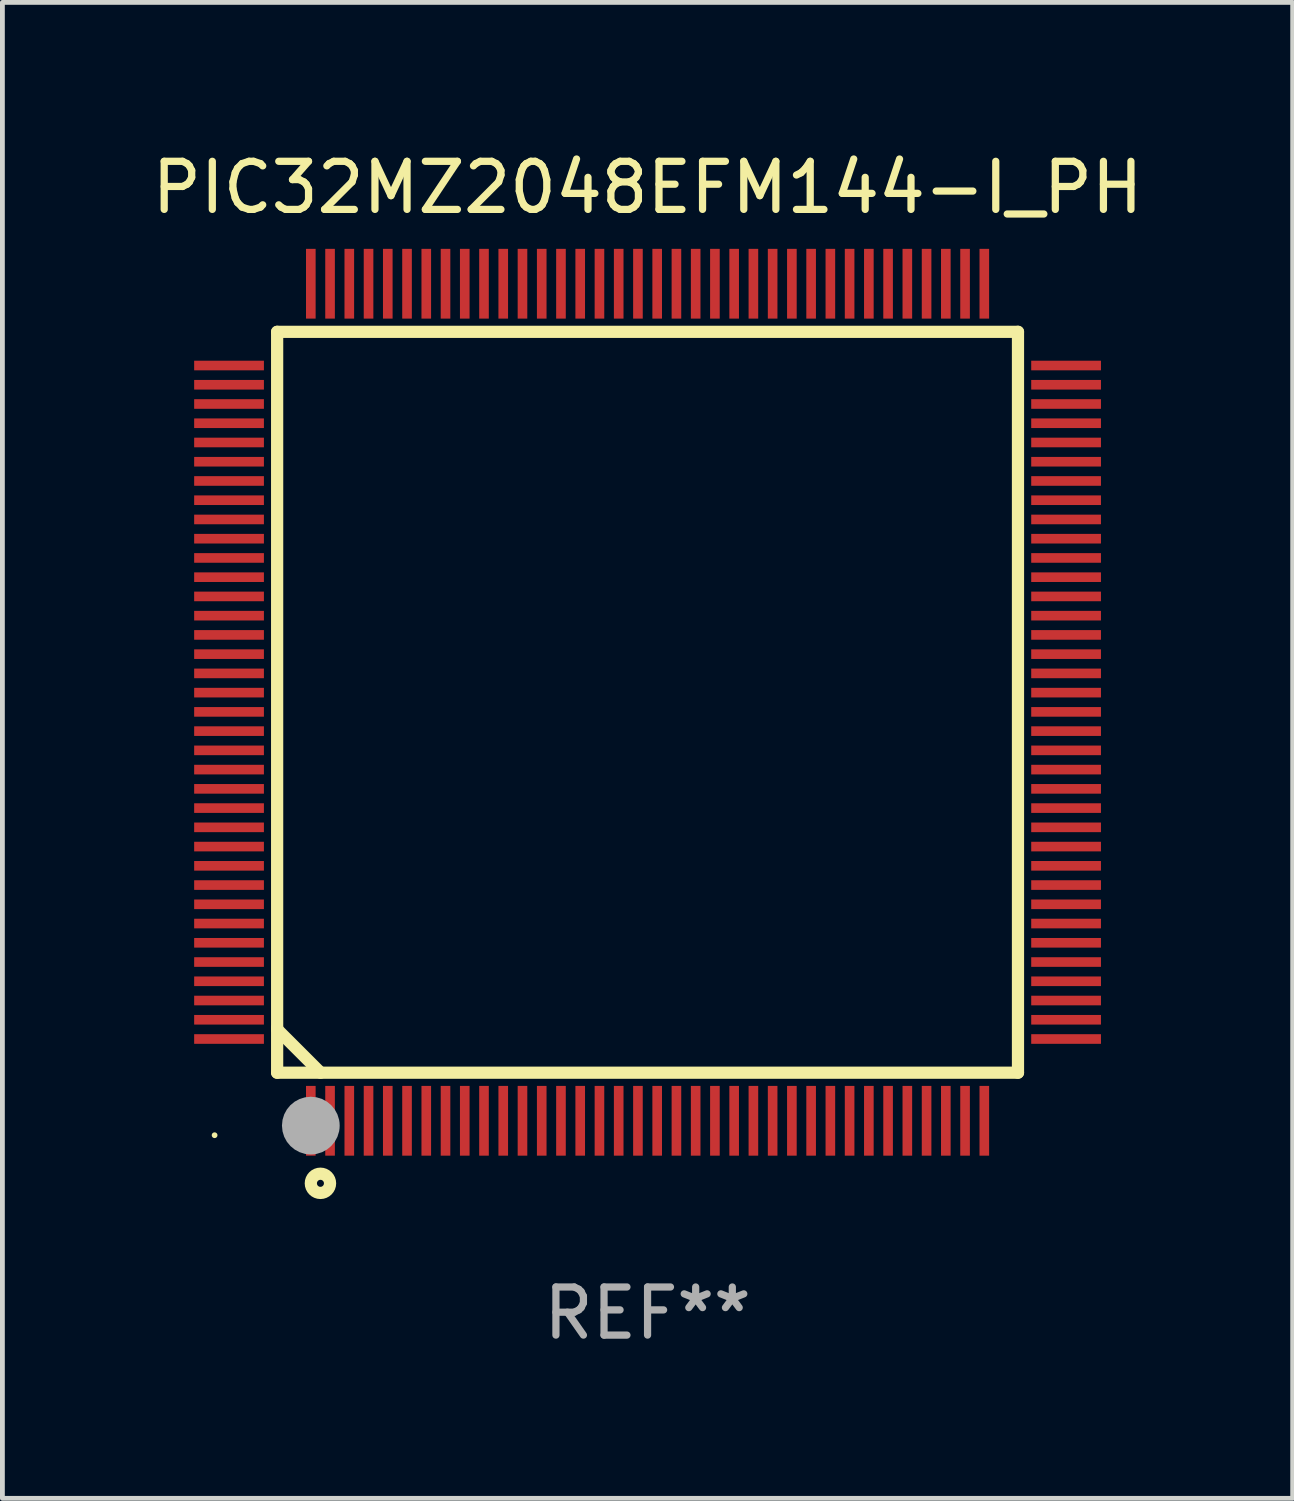
<source format=kicad_pcb>
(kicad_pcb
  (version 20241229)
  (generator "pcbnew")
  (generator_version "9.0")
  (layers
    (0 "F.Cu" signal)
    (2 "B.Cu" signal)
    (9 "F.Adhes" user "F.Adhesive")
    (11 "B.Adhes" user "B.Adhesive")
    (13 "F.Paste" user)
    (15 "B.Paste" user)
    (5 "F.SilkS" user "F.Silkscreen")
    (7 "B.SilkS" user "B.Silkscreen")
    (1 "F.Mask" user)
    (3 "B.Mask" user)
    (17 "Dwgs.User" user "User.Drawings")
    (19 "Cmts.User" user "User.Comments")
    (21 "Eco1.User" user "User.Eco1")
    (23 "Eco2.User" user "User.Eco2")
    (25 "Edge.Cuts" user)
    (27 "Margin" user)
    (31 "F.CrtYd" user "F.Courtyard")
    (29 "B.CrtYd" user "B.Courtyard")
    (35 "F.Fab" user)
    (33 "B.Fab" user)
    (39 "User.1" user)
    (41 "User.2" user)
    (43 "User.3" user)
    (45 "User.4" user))
  (footprint "PIC32MZ2048EFM144-I_PH"
    (layer "F.Cu")
    (at 10.411 11.548)
    (property "Reference" "PIC32MZ2048EFM144-I_PH" (at 0 -10.7 0) (layer "F.SilkS") (effects (font (size 1 1) (thickness 0.15))))
    (attr through_hole)
    (fp_line (start -7.7 -7.7) (end -7.7 7.7) (stroke (width 0.254) (type solid)) (layer "F.SilkS"))
    (fp_line (start -7.7 -7.7) (end 7.7 -7.7) (stroke (width 0.254) (type solid)) (layer "F.SilkS"))
    (fp_line (start -7.7 6.774) (end -7.7 6.798) (stroke (width 0.254) (type solid)) (layer "F.SilkS"))
    (fp_line (start -7.7 6.798) (end -6.798 7.7) (stroke (width 0.254) (type solid)) (layer "F.SilkS"))
    (fp_line (start -7.7 7.7) (end 7.7 7.7) (stroke (width 0.254) (type solid)) (layer "F.SilkS"))
    (fp_line (start 7.7 7.7) (end 7.7 -7.7) (stroke (width 0.254) (type solid)) (layer "F.SilkS"))
    (fp_circle (center -9 9) (end -8.97 9) (stroke (width 0.06) (type solid)) (fill no) (layer "F.SilkS"))
    (fp_circle (center -6.8 10) (end -6.6 10) (stroke (width 0.254) (type solid)) (fill no) (layer "F.SilkS"))
    (fp_circle (center -7 8.8) (end -6.7 8.8) (stroke (width 0.6) (type solid)) (fill no) (layer "F.Fab"))
    (fp_text user "REF**" (at 0 12.7 0) (layer "F.Fab") (effects (font (size 1 1) (thickness 0.15))))
    (pad "1" smd rect (at -7 8.7) (size 0.2 1.45) (layers "F.Cu" "F.Mask" "F.Paste"))
    (pad "2" smd rect (at -6.6 8.7) (size 0.2 1.45) (layers "F.Cu" "F.Mask" "F.Paste"))
    (pad "3" smd rect (at -6.2 8.7) (size 0.2 1.45) (layers "F.Cu" "F.Mask" "F.Paste"))
    (pad "4" smd rect (at -5.8 8.7) (size 0.2 1.45) (layers "F.Cu" "F.Mask" "F.Paste"))
    (pad "5" smd rect (at -5.4 8.7) (size 0.2 1.45) (layers "F.Cu" "F.Mask" "F.Paste"))
    (pad "6" smd rect (at -5 8.7) (size 0.2 1.45) (layers "F.Cu" "F.Mask" "F.Paste"))
    (pad "7" smd rect (at -4.6 8.7) (size 0.2 1.45) (layers "F.Cu" "F.Mask" "F.Paste"))
    (pad "8" smd rect (at -4.2 8.7) (size 0.2 1.45) (layers "F.Cu" "F.Mask" "F.Paste"))
    (pad "9" smd rect (at -3.8 8.7) (size 0.2 1.45) (layers "F.Cu" "F.Mask" "F.Paste"))
    (pad "10" smd rect (at -3.4 8.7) (size 0.2 1.45) (layers "F.Cu" "F.Mask" "F.Paste"))
    (pad "11" smd rect (at -3 8.7) (size 0.2 1.45) (layers "F.Cu" "F.Mask" "F.Paste"))
    (pad "12" smd rect (at -2.6 8.7) (size 0.2 1.45) (layers "F.Cu" "F.Mask" "F.Paste"))
    (pad "13" smd rect (at -2.2 8.7) (size 0.2 1.45) (layers "F.Cu" "F.Mask" "F.Paste"))
    (pad "14" smd rect (at -1.8 8.7) (size 0.2 1.45) (layers "F.Cu" "F.Mask" "F.Paste"))
    (pad "15" smd rect (at -1.4 8.7) (size 0.2 1.45) (layers "F.Cu" "F.Mask" "F.Paste"))
    (pad "16" smd rect (at -1 8.7) (size 0.2 1.45) (layers "F.Cu" "F.Mask" "F.Paste"))
    (pad "17" smd rect (at -0.6 8.7) (size 0.2 1.45) (layers "F.Cu" "F.Mask" "F.Paste"))
    (pad "18" smd rect (at -0.2 8.7) (size 0.2 1.45) (layers "F.Cu" "F.Mask" "F.Paste"))
    (pad "19" smd rect (at 0.2 8.7) (size 0.2 1.45) (layers "F.Cu" "F.Mask" "F.Paste"))
    (pad "20" smd rect (at 0.6 8.7) (size 0.2 1.45) (layers "F.Cu" "F.Mask" "F.Paste"))
    (pad "21" smd rect (at 1 8.7) (size 0.2 1.45) (layers "F.Cu" "F.Mask" "F.Paste"))
    (pad "22" smd rect (at 1.4 8.7) (size 0.2 1.45) (layers "F.Cu" "F.Mask" "F.Paste"))
    (pad "23" smd rect (at 1.8 8.7) (size 0.2 1.45) (layers "F.Cu" "F.Mask" "F.Paste"))
    (pad "24" smd rect (at 2.2 8.7) (size 0.2 1.45) (layers "F.Cu" "F.Mask" "F.Paste"))
    (pad "25" smd rect (at 2.6 8.7) (size 0.2 1.45) (layers "F.Cu" "F.Mask" "F.Paste"))
    (pad "26" smd rect (at 3 8.7) (size 0.2 1.45) (layers "F.Cu" "F.Mask" "F.Paste"))
    (pad "27" smd rect (at 3.4 8.7) (size 0.2 1.45) (layers "F.Cu" "F.Mask" "F.Paste"))
    (pad "28" smd rect (at 3.8 8.7) (size 0.2 1.45) (layers "F.Cu" "F.Mask" "F.Paste"))
    (pad "29" smd rect (at 4.2 8.7) (size 0.2 1.45) (layers "F.Cu" "F.Mask" "F.Paste"))
    (pad "30" smd rect (at 4.6 8.7) (size 0.2 1.45) (layers "F.Cu" "F.Mask" "F.Paste"))
    (pad "31" smd rect (at 5 8.7) (size 0.2 1.45) (layers "F.Cu" "F.Mask" "F.Paste"))
    (pad "32" smd rect (at 5.4 8.7) (size 0.2 1.45) (layers "F.Cu" "F.Mask" "F.Paste"))
    (pad "33" smd rect (at 5.8 8.7) (size 0.2 1.45) (layers "F.Cu" "F.Mask" "F.Paste"))
    (pad "34" smd rect (at 6.2 8.7) (size 0.2 1.45) (layers "F.Cu" "F.Mask" "F.Paste"))
    (pad "35" smd rect (at 6.6 8.7) (size 0.2 1.45) (layers "F.Cu" "F.Mask" "F.Paste"))
    (pad "36" smd rect (at 7 8.7) (size 0.2 1.45) (layers "F.Cu" "F.Mask" "F.Paste"))
    (pad "37" smd rect (at 8.7 7) (size 1.45 0.2) (layers "F.Cu" "F.Mask" "F.Paste"))
    (pad "38" smd rect (at 8.7 6.6) (size 1.45 0.2) (layers "F.Cu" "F.Mask" "F.Paste"))
    (pad "39" smd rect (at 8.7 6.2) (size 1.45 0.2) (layers "F.Cu" "F.Mask" "F.Paste"))
    (pad "40" smd rect (at 8.7 5.8) (size 1.45 0.2) (layers "F.Cu" "F.Mask" "F.Paste"))
    (pad "41" smd rect (at 8.7 5.4) (size 1.45 0.2) (layers "F.Cu" "F.Mask" "F.Paste"))
    (pad "42" smd rect (at 8.7 5) (size 1.45 0.2) (layers "F.Cu" "F.Mask" "F.Paste"))
    (pad "43" smd rect (at 8.7 4.6) (size 1.45 0.2) (layers "F.Cu" "F.Mask" "F.Paste"))
    (pad "44" smd rect (at 8.7 4.2) (size 1.45 0.2) (layers "F.Cu" "F.Mask" "F.Paste"))
    (pad "45" smd rect (at 8.7 3.8) (size 1.45 0.2) (layers "F.Cu" "F.Mask" "F.Paste"))
    (pad "46" smd rect (at 8.7 3.4) (size 1.45 0.2) (layers "F.Cu" "F.Mask" "F.Paste"))
    (pad "47" smd rect (at 8.7 3) (size 1.45 0.2) (layers "F.Cu" "F.Mask" "F.Paste"))
    (pad "48" smd rect (at 8.7 2.6) (size 1.45 0.2) (layers "F.Cu" "F.Mask" "F.Paste"))
    (pad "49" smd rect (at 8.7 2.2) (size 1.45 0.2) (layers "F.Cu" "F.Mask" "F.Paste"))
    (pad "50" smd rect (at 8.7 1.8) (size 1.45 0.2) (layers "F.Cu" "F.Mask" "F.Paste"))
    (pad "51" smd rect (at 8.7 1.4) (size 1.45 0.2) (layers "F.Cu" "F.Mask" "F.Paste"))
    (pad "52" smd rect (at 8.7 1) (size 1.45 0.2) (layers "F.Cu" "F.Mask" "F.Paste"))
    (pad "53" smd rect (at 8.7 0.6) (size 1.45 0.2) (layers "F.Cu" "F.Mask" "F.Paste"))
    (pad "54" smd rect (at 8.7 0.2) (size 1.45 0.2) (layers "F.Cu" "F.Mask" "F.Paste"))
    (pad "55" smd rect (at 8.7 -0.2) (size 1.45 0.2) (layers "F.Cu" "F.Mask" "F.Paste"))
    (pad "56" smd rect (at 8.7 -0.6) (size 1.45 0.2) (layers "F.Cu" "F.Mask" "F.Paste"))
    (pad "57" smd rect (at 8.7 -1) (size 1.45 0.2) (layers "F.Cu" "F.Mask" "F.Paste"))
    (pad "58" smd rect (at 8.7 -1.4) (size 1.45 0.2) (layers "F.Cu" "F.Mask" "F.Paste"))
    (pad "59" smd rect (at 8.7 -1.8) (size 1.45 0.2) (layers "F.Cu" "F.Mask" "F.Paste"))
    (pad "60" smd rect (at 8.7 -2.2) (size 1.45 0.2) (layers "F.Cu" "F.Mask" "F.Paste"))
    (pad "61" smd rect (at 8.7 -2.6) (size 1.45 0.2) (layers "F.Cu" "F.Mask" "F.Paste"))
    (pad "62" smd rect (at 8.7 -3) (size 1.45 0.2) (layers "F.Cu" "F.Mask" "F.Paste"))
    (pad "63" smd rect (at 8.7 -3.4) (size 1.45 0.2) (layers "F.Cu" "F.Mask" "F.Paste"))
    (pad "64" smd rect (at 8.7 -3.8) (size 1.45 0.2) (layers "F.Cu" "F.Mask" "F.Paste"))
    (pad "65" smd rect (at 8.7 -4.2) (size 1.45 0.2) (layers "F.Cu" "F.Mask" "F.Paste"))
    (pad "66" smd rect (at 8.7 -4.6) (size 1.45 0.2) (layers "F.Cu" "F.Mask" "F.Paste"))
    (pad "67" smd rect (at 8.7 -5) (size 1.45 0.2) (layers "F.Cu" "F.Mask" "F.Paste"))
    (pad "68" smd rect (at 8.7 -5.4) (size 1.45 0.2) (layers "F.Cu" "F.Mask" "F.Paste"))
    (pad "69" smd rect (at 8.7 -5.8) (size 1.45 0.2) (layers "F.Cu" "F.Mask" "F.Paste"))
    (pad "70" smd rect (at 8.7 -6.2) (size 1.45 0.2) (layers "F.Cu" "F.Mask" "F.Paste"))
    (pad "71" smd rect (at 8.7 -6.6) (size 1.45 0.2) (layers "F.Cu" "F.Mask" "F.Paste"))
    (pad "72" smd rect (at 8.7 -7) (size 1.45 0.2) (layers "F.Cu" "F.Mask" "F.Paste"))
    (pad "73" smd rect (at 7 -8.7) (size 0.2 1.45) (layers "F.Cu" "F.Mask" "F.Paste"))
    (pad "74" smd rect (at 6.6 -8.7) (size 0.2 1.45) (layers "F.Cu" "F.Mask" "F.Paste"))
    (pad "75" smd rect (at 6.2 -8.7) (size 0.2 1.45) (layers "F.Cu" "F.Mask" "F.Paste"))
    (pad "76" smd rect (at 5.8 -8.7) (size 0.2 1.45) (layers "F.Cu" "F.Mask" "F.Paste"))
    (pad "77" smd rect (at 5.4 -8.7) (size 0.2 1.45) (layers "F.Cu" "F.Mask" "F.Paste"))
    (pad "78" smd rect (at 5 -8.7) (size 0.2 1.45) (layers "F.Cu" "F.Mask" "F.Paste"))
    (pad "79" smd rect (at 4.6 -8.7) (size 0.2 1.45) (layers "F.Cu" "F.Mask" "F.Paste"))
    (pad "80" smd rect (at 4.2 -8.7) (size 0.2 1.45) (layers "F.Cu" "F.Mask" "F.Paste"))
    (pad "81" smd rect (at 3.8 -8.7) (size 0.2 1.45) (layers "F.Cu" "F.Mask" "F.Paste"))
    (pad "82" smd rect (at 3.4 -8.7) (size 0.2 1.45) (layers "F.Cu" "F.Mask" "F.Paste"))
    (pad "83" smd rect (at 3 -8.7) (size 0.2 1.45) (layers "F.Cu" "F.Mask" "F.Paste"))
    (pad "84" smd rect (at 2.6 -8.7) (size 0.2 1.45) (layers "F.Cu" "F.Mask" "F.Paste"))
    (pad "85" smd rect (at 2.2 -8.7) (size 0.2 1.45) (layers "F.Cu" "F.Mask" "F.Paste"))
    (pad "86" smd rect (at 1.8 -8.7) (size 0.2 1.45) (layers "F.Cu" "F.Mask" "F.Paste"))
    (pad "87" smd rect (at 1.4 -8.7) (size 0.2 1.45) (layers "F.Cu" "F.Mask" "F.Paste"))
    (pad "88" smd rect (at 1 -8.7) (size 0.2 1.45) (layers "F.Cu" "F.Mask" "F.Paste"))
    (pad "89" smd rect (at 0.6 -8.7) (size 0.2 1.45) (layers "F.Cu" "F.Mask" "F.Paste"))
    (pad "90" smd rect (at 0.2 -8.7) (size 0.2 1.45) (layers "F.Cu" "F.Mask" "F.Paste"))
    (pad "91" smd rect (at -0.2 -8.7) (size 0.2 1.45) (layers "F.Cu" "F.Mask" "F.Paste"))
    (pad "92" smd rect (at -0.6 -8.7) (size 0.2 1.45) (layers "F.Cu" "F.Mask" "F.Paste"))
    (pad "93" smd rect (at -1 -8.7) (size 0.2 1.45) (layers "F.Cu" "F.Mask" "F.Paste"))
    (pad "94" smd rect (at -1.4 -8.7) (size 0.2 1.45) (layers "F.Cu" "F.Mask" "F.Paste"))
    (pad "95" smd rect (at -1.8 -8.7) (size 0.2 1.45) (layers "F.Cu" "F.Mask" "F.Paste"))
    (pad "96" smd rect (at -2.2 -8.7) (size 0.2 1.45) (layers "F.Cu" "F.Mask" "F.Paste"))
    (pad "97" smd rect (at -2.6 -8.7) (size 0.2 1.45) (layers "F.Cu" "F.Mask" "F.Paste"))
    (pad "98" smd rect (at -3 -8.7) (size 0.2 1.45) (layers "F.Cu" "F.Mask" "F.Paste"))
    (pad "99" smd rect (at -3.4 -8.7) (size 0.2 1.45) (layers "F.Cu" "F.Mask" "F.Paste"))
    (pad "100" smd rect (at -3.8 -8.7) (size 0.2 1.45) (layers "F.Cu" "F.Mask" "F.Paste"))
    (pad "101" smd rect (at -4.2 -8.7) (size 0.2 1.45) (layers "F.Cu" "F.Mask" "F.Paste"))
    (pad "102" smd rect (at -4.6 -8.7) (size 0.2 1.45) (layers "F.Cu" "F.Mask" "F.Paste"))
    (pad "103" smd rect (at -5 -8.7) (size 0.2 1.45) (layers "F.Cu" "F.Mask" "F.Paste"))
    (pad "104" smd rect (at -5.4 -8.7) (size 0.2 1.45) (layers "F.Cu" "F.Mask" "F.Paste"))
    (pad "105" smd rect (at -5.8 -8.7) (size 0.2 1.45) (layers "F.Cu" "F.Mask" "F.Paste"))
    (pad "106" smd rect (at -6.2 -8.7) (size 0.2 1.45) (layers "F.Cu" "F.Mask" "F.Paste"))
    (pad "107" smd rect (at -6.6 -8.7) (size 0.2 1.45) (layers "F.Cu" "F.Mask" "F.Paste"))
    (pad "108" smd rect (at -7 -8.7) (size 0.2 1.45) (layers "F.Cu" "F.Mask" "F.Paste"))
    (pad "109" smd rect (at -8.7 -7) (size 1.45 0.2) (layers "F.Cu" "F.Mask" "F.Paste"))
    (pad "110" smd rect (at -8.7 -6.6) (size 1.45 0.2) (layers "F.Cu" "F.Mask" "F.Paste"))
    (pad "111" smd rect (at -8.7 -6.2) (size 1.45 0.2) (layers "F.Cu" "F.Mask" "F.Paste"))
    (pad "112" smd rect (at -8.7 -5.8) (size 1.45 0.2) (layers "F.Cu" "F.Mask" "F.Paste"))
    (pad "113" smd rect (at -8.7 -5.4) (size 1.45 0.2) (layers "F.Cu" "F.Mask" "F.Paste"))
    (pad "114" smd rect (at -8.7 -5) (size 1.45 0.2) (layers "F.Cu" "F.Mask" "F.Paste"))
    (pad "115" smd rect (at -8.7 -4.6) (size 1.45 0.2) (layers "F.Cu" "F.Mask" "F.Paste"))
    (pad "116" smd rect (at -8.7 -4.2) (size 1.45 0.2) (layers "F.Cu" "F.Mask" "F.Paste"))
    (pad "117" smd rect (at -8.7 -3.8) (size 1.45 0.2) (layers "F.Cu" "F.Mask" "F.Paste"))
    (pad "118" smd rect (at -8.7 -3.4) (size 1.45 0.2) (layers "F.Cu" "F.Mask" "F.Paste"))
    (pad "119" smd rect (at -8.7 -3) (size 1.45 0.2) (layers "F.Cu" "F.Mask" "F.Paste"))
    (pad "120" smd rect (at -8.7 -2.6) (size 1.45 0.2) (layers "F.Cu" "F.Mask" "F.Paste"))
    (pad "121" smd rect (at -8.7 -2.2) (size 1.45 0.2) (layers "F.Cu" "F.Mask" "F.Paste"))
    (pad "122" smd rect (at -8.7 -1.8) (size 1.45 0.2) (layers "F.Cu" "F.Mask" "F.Paste"))
    (pad "123" smd rect (at -8.7 -1.4) (size 1.45 0.2) (layers "F.Cu" "F.Mask" "F.Paste"))
    (pad "124" smd rect (at -8.7 -1) (size 1.45 0.2) (layers "F.Cu" "F.Mask" "F.Paste"))
    (pad "125" smd rect (at -8.7 -0.6) (size 1.45 0.2) (layers "F.Cu" "F.Mask" "F.Paste"))
    (pad "126" smd rect (at -8.7 -0.2) (size 1.45 0.2) (layers "F.Cu" "F.Mask" "F.Paste"))
    (pad "127" smd rect (at -8.7 0.2) (size 1.45 0.2) (layers "F.Cu" "F.Mask" "F.Paste"))
    (pad "128" smd rect (at -8.7 0.6) (size 1.45 0.2) (layers "F.Cu" "F.Mask" "F.Paste"))
    (pad "129" smd rect (at -8.7 1) (size 1.45 0.2) (layers "F.Cu" "F.Mask" "F.Paste"))
    (pad "130" smd rect (at -8.7 1.4) (size 1.45 0.2) (layers "F.Cu" "F.Mask" "F.Paste"))
    (pad "131" smd rect (at -8.7 1.8) (size 1.45 0.2) (layers "F.Cu" "F.Mask" "F.Paste"))
    (pad "132" smd rect (at -8.7 2.2) (size 1.45 0.2) (layers "F.Cu" "F.Mask" "F.Paste"))
    (pad "133" smd rect (at -8.7 2.6) (size 1.45 0.2) (layers "F.Cu" "F.Mask" "F.Paste"))
    (pad "134" smd rect (at -8.7 3) (size 1.45 0.2) (layers "F.Cu" "F.Mask" "F.Paste"))
    (pad "135" smd rect (at -8.7 3.4) (size 1.45 0.2) (layers "F.Cu" "F.Mask" "F.Paste"))
    (pad "136" smd rect (at -8.7 3.8) (size 1.45 0.2) (layers "F.Cu" "F.Mask" "F.Paste"))
    (pad "137" smd rect (at -8.7 4.2) (size 1.45 0.2) (layers "F.Cu" "F.Mask" "F.Paste"))
    (pad "138" smd rect (at -8.7 4.6) (size 1.45 0.2) (layers "F.Cu" "F.Mask" "F.Paste"))
    (pad "139" smd rect (at -8.7 5) (size 1.45 0.2) (layers "F.Cu" "F.Mask" "F.Paste"))
    (pad "140" smd rect (at -8.7 5.4) (size 1.45 0.2) (layers "F.Cu" "F.Mask" "F.Paste"))
    (pad "141" smd rect (at -8.7 5.8) (size 1.45 0.2) (layers "F.Cu" "F.Mask" "F.Paste"))
    (pad "142" smd rect (at -8.7 6.2) (size 1.45 0.2) (layers "F.Cu" "F.Mask" "F.Paste"))
    (pad "143" smd rect (at -8.7 6.6) (size 1.45 0.2) (layers "F.Cu" "F.Mask" "F.Paste"))
    (pad "144" smd rect (at -8.7 7) (size 1.45 0.2) (layers "F.Cu" "F.Mask" "F.Paste")))
  (gr_rect
    (start -3 -3)
    (end 23.821 28.096)
    (stroke (width 0.1) (type default))
    (fill no)
    (layer "Edge.Cuts")))
</source>
